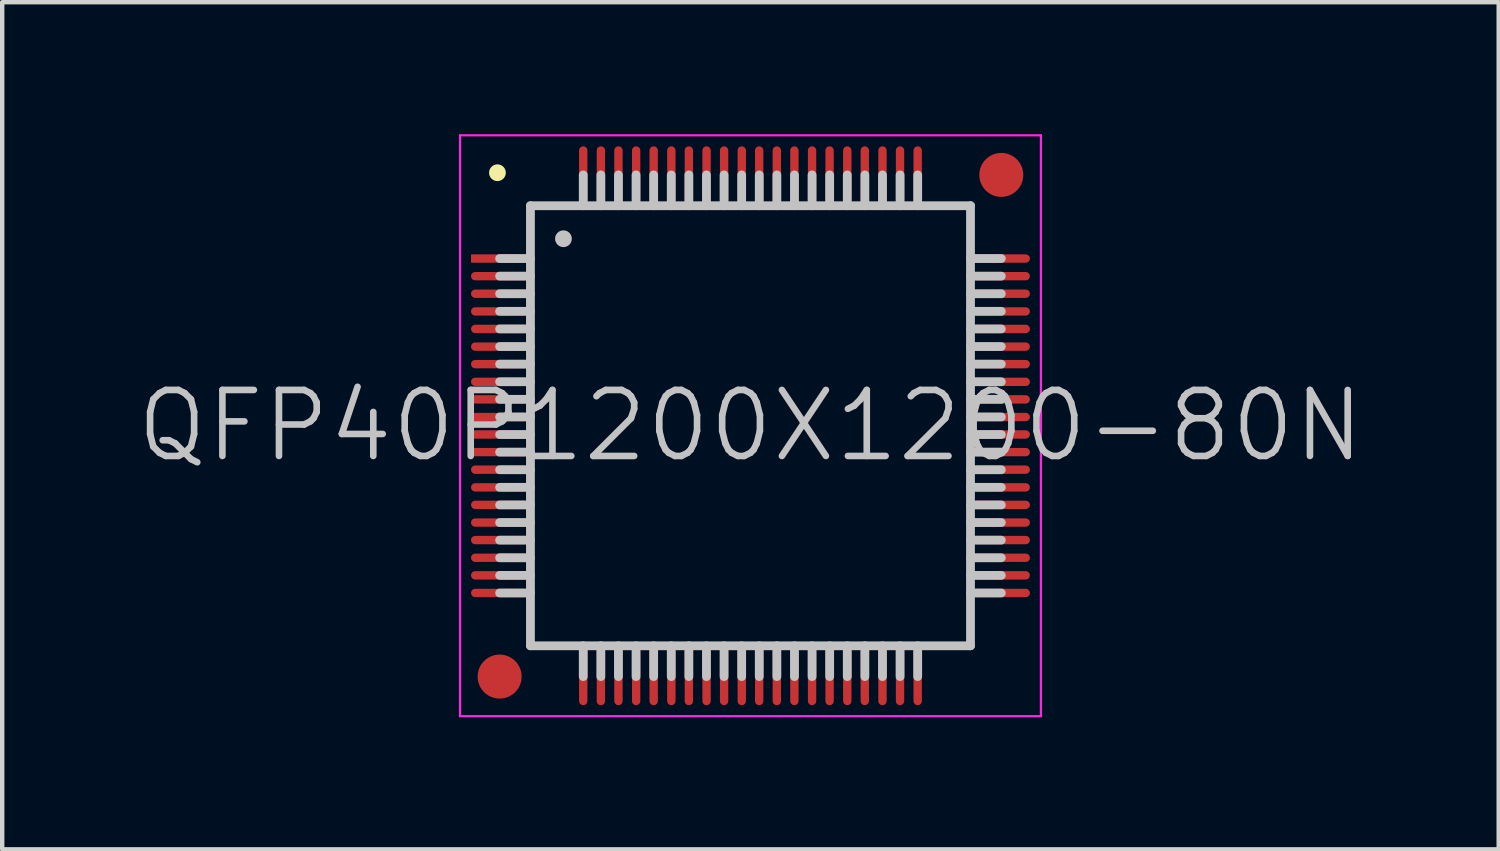
<source format=kicad_pcb>
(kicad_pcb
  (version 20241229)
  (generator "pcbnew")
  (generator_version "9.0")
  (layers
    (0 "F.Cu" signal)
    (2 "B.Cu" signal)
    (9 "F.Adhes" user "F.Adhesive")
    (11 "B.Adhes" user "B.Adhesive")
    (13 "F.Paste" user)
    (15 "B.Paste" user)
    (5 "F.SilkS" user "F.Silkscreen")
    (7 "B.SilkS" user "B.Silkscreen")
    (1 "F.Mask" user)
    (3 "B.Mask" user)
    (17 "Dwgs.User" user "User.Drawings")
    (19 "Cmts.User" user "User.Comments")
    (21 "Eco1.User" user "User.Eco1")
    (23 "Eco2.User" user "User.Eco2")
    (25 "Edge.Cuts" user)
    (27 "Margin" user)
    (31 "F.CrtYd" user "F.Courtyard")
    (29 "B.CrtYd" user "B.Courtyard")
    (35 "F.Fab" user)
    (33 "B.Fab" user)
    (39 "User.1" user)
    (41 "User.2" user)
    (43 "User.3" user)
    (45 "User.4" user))
  (footprint "QFP40P1200X1200-80N"
    (layer "F.Cu")
    (at 14.004 6.625)
    (property "Reference" "QFP40P1200X1200-80N" (at 0 0 0) (layer "Dwgs.User") (effects (font (size 1.5 1.5) (thickness 0.15))))
    (attr smd)
    (fp_line (start -5.75 -5.75) (end -5.75 -5.75) (stroke (width 0.381) (type solid)) (layer "F.SilkS"))
    (fp_line (start -5 -5) (end -5 5) (stroke (width 0.2) (type solid)) (layer "Dwgs.User"))
    (fp_line (start -5 -5) (end 5 -5) (stroke (width 0.2) (type solid)) (layer "Dwgs.User"))
    (fp_line (start -5 -3.8) (end -5.7 -3.8) (stroke (width 0.2) (type solid)) (layer "Dwgs.User"))
    (fp_line (start -5 -3.4) (end -5.7 -3.4) (stroke (width 0.2) (type solid)) (layer "Dwgs.User"))
    (fp_line (start -5 -3) (end -5.7 -3) (stroke (width 0.2) (type solid)) (layer "Dwgs.User"))
    (fp_line (start -5 -2.6) (end -5.7 -2.6) (stroke (width 0.2) (type solid)) (layer "Dwgs.User"))
    (fp_line (start -5 -2.2) (end -5.7 -2.2) (stroke (width 0.2) (type solid)) (layer "Dwgs.User"))
    (fp_line (start -5 -1.8) (end -5.7 -1.8) (stroke (width 0.2) (type solid)) (layer "Dwgs.User"))
    (fp_line (start -5 -1.4) (end -5.7 -1.4) (stroke (width 0.2) (type solid)) (layer "Dwgs.User"))
    (fp_line (start -5 -1) (end -5.7 -1) (stroke (width 0.2) (type solid)) (layer "Dwgs.User"))
    (fp_line (start -5 -0.6) (end -5.7 -0.6) (stroke (width 0.2) (type solid)) (layer "Dwgs.User"))
    (fp_line (start -5 -0.2) (end -5.7 -0.2) (stroke (width 0.2) (type solid)) (layer "Dwgs.User"))
    (fp_line (start -5 0.2) (end -5.7 0.2) (stroke (width 0.2) (type solid)) (layer "Dwgs.User"))
    (fp_line (start -5 0.6) (end -5.7 0.6) (stroke (width 0.2) (type solid)) (layer "Dwgs.User"))
    (fp_line (start -5 1) (end -5.7 1) (stroke (width 0.2) (type solid)) (layer "Dwgs.User"))
    (fp_line (start -5 1.4) (end -5.7 1.4) (stroke (width 0.2) (type solid)) (layer "Dwgs.User"))
    (fp_line (start -5 1.8) (end -5.7 1.8) (stroke (width 0.2) (type solid)) (layer "Dwgs.User"))
    (fp_line (start -5 2.2) (end -5.7 2.2) (stroke (width 0.2) (type solid)) (layer "Dwgs.User"))
    (fp_line (start -5 2.6) (end -5.7 2.6) (stroke (width 0.2) (type solid)) (layer "Dwgs.User"))
    (fp_line (start -5 3) (end -5.7 3) (stroke (width 0.2) (type solid)) (layer "Dwgs.User"))
    (fp_line (start -5 3.4) (end -5.7 3.4) (stroke (width 0.2) (type solid)) (layer "Dwgs.User"))
    (fp_line (start -5 3.8) (end -5.7 3.8) (stroke (width 0.2) (type solid)) (layer "Dwgs.User"))
    (fp_line (start -5 5) (end 5 5) (stroke (width 0.2) (type solid)) (layer "Dwgs.User"))
    (fp_line (start -4.25 -4.25) (end -4.25 -4.25) (stroke (width 0.381) (type solid)) (layer "Dwgs.User"))
    (fp_line (start -3.8 -5) (end -3.8 -5.7) (stroke (width 0.2) (type solid)) (layer "Dwgs.User"))
    (fp_line (start -3.8 5.7) (end -3.8 5) (stroke (width 0.2) (type solid)) (layer "Dwgs.User"))
    (fp_line (start -3.4 -5) (end -3.4 -5.7) (stroke (width 0.2) (type solid)) (layer "Dwgs.User"))
    (fp_line (start -3.4 5.7) (end -3.4 5) (stroke (width 0.2) (type solid)) (layer "Dwgs.User"))
    (fp_line (start -3 -5) (end -3 -5.7) (stroke (width 0.2) (type solid)) (layer "Dwgs.User"))
    (fp_line (start -3 5.7) (end -3 5) (stroke (width 0.2) (type solid)) (layer "Dwgs.User"))
    (fp_line (start -2.6 -5) (end -2.6 -5.7) (stroke (width 0.2) (type solid)) (layer "Dwgs.User"))
    (fp_line (start -2.6 5.7) (end -2.6 5) (stroke (width 0.2) (type solid)) (layer "Dwgs.User"))
    (fp_line (start -2.2 -5) (end -2.2 -5.7) (stroke (width 0.2) (type solid)) (layer "Dwgs.User"))
    (fp_line (start -2.2 5.7) (end -2.2 5) (stroke (width 0.2) (type solid)) (layer "Dwgs.User"))
    (fp_line (start -1.8 -5) (end -1.8 -5.7) (stroke (width 0.2) (type solid)) (layer "Dwgs.User"))
    (fp_line (start -1.8 5.7) (end -1.8 5) (stroke (width 0.2) (type solid)) (layer "Dwgs.User"))
    (fp_line (start -1.4 -5) (end -1.4 -5.7) (stroke (width 0.2) (type solid)) (layer "Dwgs.User"))
    (fp_line (start -1.4 5.7) (end -1.4 5) (stroke (width 0.2) (type solid)) (layer "Dwgs.User"))
    (fp_line (start -1 -5) (end -1 -5.7) (stroke (width 0.2) (type solid)) (layer "Dwgs.User"))
    (fp_line (start -1 5.7) (end -1 5) (stroke (width 0.2) (type solid)) (layer "Dwgs.User"))
    (fp_line (start -0.6 -5) (end -0.6 -5.7) (stroke (width 0.2) (type solid)) (layer "Dwgs.User"))
    (fp_line (start -0.6 5.7) (end -0.6 5) (stroke (width 0.2) (type solid)) (layer "Dwgs.User"))
    (fp_line (start -0.2 -5) (end -0.2 -5.7) (stroke (width 0.2) (type solid)) (layer "Dwgs.User"))
    (fp_line (start -0.2 5.7) (end -0.2 5) (stroke (width 0.2) (type solid)) (layer "Dwgs.User"))
    (fp_line (start 0.2 -5) (end 0.2 -5.7) (stroke (width 0.2) (type solid)) (layer "Dwgs.User"))
    (fp_line (start 0.2 5.7) (end 0.2 5) (stroke (width 0.2) (type solid)) (layer "Dwgs.User"))
    (fp_line (start 0.6 -5) (end 0.6 -5.7) (stroke (width 0.2) (type solid)) (layer "Dwgs.User"))
    (fp_line (start 0.6 5.7) (end 0.6 5) (stroke (width 0.2) (type solid)) (layer "Dwgs.User"))
    (fp_line (start 1 -5) (end 1 -5.7) (stroke (width 0.2) (type solid)) (layer "Dwgs.User"))
    (fp_line (start 1 5.7) (end 1 5) (stroke (width 0.2) (type solid)) (layer "Dwgs.User"))
    (fp_line (start 1.4 -5) (end 1.4 -5.7) (stroke (width 0.2) (type solid)) (layer "Dwgs.User"))
    (fp_line (start 1.4 5.7) (end 1.4 5) (stroke (width 0.2) (type solid)) (layer "Dwgs.User"))
    (fp_line (start 1.8 -5) (end 1.8 -5.7) (stroke (width 0.2) (type solid)) (layer "Dwgs.User"))
    (fp_line (start 1.8 5.7) (end 1.8 5) (stroke (width 0.2) (type solid)) (layer "Dwgs.User"))
    (fp_line (start 2.2 -5) (end 2.2 -5.7) (stroke (width 0.2) (type solid)) (layer "Dwgs.User"))
    (fp_line (start 2.2 5.7) (end 2.2 5) (stroke (width 0.2) (type solid)) (layer "Dwgs.User"))
    (fp_line (start 2.6 -5) (end 2.6 -5.7) (stroke (width 0.2) (type solid)) (layer "Dwgs.User"))
    (fp_line (start 2.6 5.7) (end 2.6 5) (stroke (width 0.2) (type solid)) (layer "Dwgs.User"))
    (fp_line (start 3 -5) (end 3 -5.7) (stroke (width 0.2) (type solid)) (layer "Dwgs.User"))
    (fp_line (start 3 5.7) (end 3 5) (stroke (width 0.2) (type solid)) (layer "Dwgs.User"))
    (fp_line (start 3.4 -5) (end 3.4 -5.7) (stroke (width 0.2) (type solid)) (layer "Dwgs.User"))
    (fp_line (start 3.4 5.7) (end 3.4 5) (stroke (width 0.2) (type solid)) (layer "Dwgs.User"))
    (fp_line (start 3.8 -5) (end 3.8 -5.7) (stroke (width 0.2) (type solid)) (layer "Dwgs.User"))
    (fp_line (start 3.8 5.7) (end 3.8 5) (stroke (width 0.2) (type solid)) (layer "Dwgs.User"))
    (fp_line (start 5 -5) (end 5 5) (stroke (width 0.2) (type solid)) (layer "Dwgs.User"))
    (fp_line (start 5.7 -3.8) (end 5 -3.8) (stroke (width 0.2) (type solid)) (layer "Dwgs.User"))
    (fp_line (start 5.7 -3.4) (end 5 -3.4) (stroke (width 0.2) (type solid)) (layer "Dwgs.User"))
    (fp_line (start 5.7 -3) (end 5 -3) (stroke (width 0.2) (type solid)) (layer "Dwgs.User"))
    (fp_line (start 5.7 -2.6) (end 5 -2.6) (stroke (width 0.2) (type solid)) (layer "Dwgs.User"))
    (fp_line (start 5.7 -2.2) (end 5 -2.2) (stroke (width 0.2) (type solid)) (layer "Dwgs.User"))
    (fp_line (start 5.7 -1.8) (end 5 -1.8) (stroke (width 0.2) (type solid)) (layer "Dwgs.User"))
    (fp_line (start 5.7 -1.4) (end 5 -1.4) (stroke (width 0.2) (type solid)) (layer "Dwgs.User"))
    (fp_line (start 5.7 -1) (end 5 -1) (stroke (width 0.2) (type solid)) (layer "Dwgs.User"))
    (fp_line (start 5.7 -0.6) (end 5 -0.6) (stroke (width 0.2) (type solid)) (layer "Dwgs.User"))
    (fp_line (start 5.7 -0.2) (end 5 -0.2) (stroke (width 0.2) (type solid)) (layer "Dwgs.User"))
    (fp_line (start 5.7 0.2) (end 5 0.2) (stroke (width 0.2) (type solid)) (layer "Dwgs.User"))
    (fp_line (start 5.7 0.6) (end 5 0.6) (stroke (width 0.2) (type solid)) (layer "Dwgs.User"))
    (fp_line (start 5.7 1) (end 5 1) (stroke (width 0.2) (type solid)) (layer "Dwgs.User"))
    (fp_line (start 5.7 1.4) (end 5 1.4) (stroke (width 0.2) (type solid)) (layer "Dwgs.User"))
    (fp_line (start 5.7 1.8) (end 5 1.8) (stroke (width 0.2) (type solid)) (layer "Dwgs.User"))
    (fp_line (start 5.7 2.2) (end 5 2.2) (stroke (width 0.2) (type solid)) (layer "Dwgs.User"))
    (fp_line (start 5.7 2.6) (end 5 2.6) (stroke (width 0.2) (type solid)) (layer "Dwgs.User"))
    (fp_line (start 5.7 3) (end 5 3) (stroke (width 0.2) (type solid)) (layer "Dwgs.User"))
    (fp_line (start 5.7 3.4) (end 5 3.4) (stroke (width 0.2) (type solid)) (layer "Dwgs.User"))
    (fp_line (start 5.7 3.8) (end 5 3.8) (stroke (width 0.2) (type solid)) (layer "Dwgs.User"))
    (fp_line (start -6.6 -6.6) (end -6.6 6.6) (stroke (width 0.05) (type solid)) (layer "F.CrtYd"))
    (fp_line (start -6.6 -6.6) (end 6.6 -6.6) (stroke (width 0.05) (type solid)) (layer "F.CrtYd"))
    (fp_line (start -6.6 6.6) (end 6.6 6.6) (stroke (width 0.05) (type solid)) (layer "F.CrtYd"))
    (fp_line (start 6.6 -6.6) (end 6.6 6.6) (stroke (width 0.05) (type solid)) (layer "F.CrtYd"))
    (pad "" smd circle (at -5.7 5.7) (size 1 1) (layers "F.Cu" "F.Mask"))
    (pad "" smd circle (at 5.7 -5.7) (size 1 1) (layers "F.Cu" "F.Mask"))
    (pad "1" smd rect (at -5.7 -3.8 90) (size 0.19 1.3) (layers "F.Cu" "F.Mask" "F.Paste"))
    (pad "2" smd oval (at -5.7 -3.399 90) (size 0.19 1.3) (layers "F.Cu" "F.Mask" "F.Paste"))
    (pad "3" smd oval (at -5.7 -3 90) (size 0.19 1.3) (layers "F.Cu" "F.Mask" "F.Paste"))
    (pad "4" smd oval (at -5.7 -2.598 90) (size 0.19 1.3) (layers "F.Cu" "F.Mask" "F.Paste"))
    (pad "5" smd oval (at -5.7 -2.2 90) (size 0.19 1.3) (layers "F.Cu" "F.Mask" "F.Paste"))
    (pad "6" smd oval (at -5.7 -1.798 90) (size 0.19 1.3) (layers "F.Cu" "F.Mask" "F.Paste"))
    (pad "7" smd oval (at -5.7 -1.4 90) (size 0.19 1.3) (layers "F.Cu" "F.Mask" "F.Paste"))
    (pad "8" smd oval (at -5.7 -0.998 90) (size 0.19 1.3) (layers "F.Cu" "F.Mask" "F.Paste"))
    (pad "9" smd oval (at -5.7 -0.599 90) (size 0.19 1.3) (layers "F.Cu" "F.Mask" "F.Paste"))
    (pad "10" smd oval (at -5.7 -0.198 90) (size 0.19 1.3) (layers "F.Cu" "F.Mask" "F.Paste"))
    (pad "11" smd oval (at -5.7 0.198 90) (size 0.19 1.3) (layers "F.Cu" "F.Mask" "F.Paste"))
    (pad "12" smd oval (at -5.7 0.599 90) (size 0.19 1.3) (layers "F.Cu" "F.Mask" "F.Paste"))
    (pad "13" smd oval (at -5.7 0.998 90) (size 0.19 1.3) (layers "F.Cu" "F.Mask" "F.Paste"))
    (pad "14" smd oval (at -5.7 1.4 90) (size 0.19 1.3) (layers "F.Cu" "F.Mask" "F.Paste"))
    (pad "15" smd oval (at -5.7 1.798 90) (size 0.19 1.3) (layers "F.Cu" "F.Mask" "F.Paste"))
    (pad "16" smd oval (at -5.7 2.2 90) (size 0.19 1.3) (layers "F.Cu" "F.Mask" "F.Paste"))
    (pad "17" smd oval (at -5.7 2.598 90) (size 0.19 1.3) (layers "F.Cu" "F.Mask" "F.Paste"))
    (pad "18" smd oval (at -5.7 3 90) (size 0.19 1.3) (layers "F.Cu" "F.Mask" "F.Paste"))
    (pad "19" smd oval (at -5.7 3.399 90) (size 0.19 1.3) (layers "F.Cu" "F.Mask" "F.Paste"))
    (pad "20" smd oval (at -5.7 3.8 90) (size 0.19 1.3) (layers "F.Cu" "F.Mask" "F.Paste"))
    (pad "21" smd oval (at -3.8 5.7 180) (size 0.19 1.3) (layers "F.Cu" "F.Mask" "F.Paste"))
    (pad "22" smd oval (at -3.399 5.7 180) (size 0.19 1.3) (layers "F.Cu" "F.Mask" "F.Paste"))
    (pad "23" smd oval (at -3 5.7 180) (size 0.19 1.3) (layers "F.Cu" "F.Mask" "F.Paste"))
    (pad "24" smd oval (at -2.598 5.7 180) (size 0.19 1.3) (layers "F.Cu" "F.Mask" "F.Paste"))
    (pad "25" smd oval (at -2.2 5.7 180) (size 0.19 1.3) (layers "F.Cu" "F.Mask" "F.Paste"))
    (pad "26" smd oval (at -1.798 5.7 180) (size 0.19 1.3) (layers "F.Cu" "F.Mask" "F.Paste"))
    (pad "27" smd oval (at -1.4 5.7 180) (size 0.19 1.3) (layers "F.Cu" "F.Mask" "F.Paste"))
    (pad "28" smd oval (at -0.998 5.7 180) (size 0.19 1.3) (layers "F.Cu" "F.Mask" "F.Paste"))
    (pad "29" smd oval (at -0.599 5.7 180) (size 0.19 1.3) (layers "F.Cu" "F.Mask" "F.Paste"))
    (pad "30" smd oval (at -0.198 5.7 180) (size 0.19 1.3) (layers "F.Cu" "F.Mask" "F.Paste"))
    (pad "31" smd oval (at 0.198 5.7 180) (size 0.19 1.3) (layers "F.Cu" "F.Mask" "F.Paste"))
    (pad "32" smd oval (at 0.599 5.7 180) (size 0.19 1.3) (layers "F.Cu" "F.Mask" "F.Paste"))
    (pad "33" smd oval (at 0.998 5.7 180) (size 0.19 1.3) (layers "F.Cu" "F.Mask" "F.Paste"))
    (pad "34" smd oval (at 1.4 5.7 180) (size 0.19 1.3) (layers "F.Cu" "F.Mask" "F.Paste"))
    (pad "35" smd oval (at 1.798 5.7 180) (size 0.19 1.3) (layers "F.Cu" "F.Mask" "F.Paste"))
    (pad "36" smd oval (at 2.2 5.7 180) (size 0.19 1.3) (layers "F.Cu" "F.Mask" "F.Paste"))
    (pad "37" smd oval (at 2.598 5.7 180) (size 0.19 1.3) (layers "F.Cu" "F.Mask" "F.Paste"))
    (pad "38" smd oval (at 3 5.7 180) (size 0.19 1.3) (layers "F.Cu" "F.Mask" "F.Paste"))
    (pad "39" smd oval (at 3.399 5.7 180) (size 0.19 1.3) (layers "F.Cu" "F.Mask" "F.Paste"))
    (pad "40" smd oval (at 3.8 5.7 180) (size 0.19 1.3) (layers "F.Cu" "F.Mask" "F.Paste"))
    (pad "41" smd oval (at 5.7 3.8 270) (size 0.19 1.3) (layers "F.Cu" "F.Mask" "F.Paste"))
    (pad "42" smd oval (at 5.7 3.399 270) (size 0.19 1.3) (layers "F.Cu" "F.Mask" "F.Paste"))
    (pad "43" smd oval (at 5.7 3 270) (size 0.19 1.3) (layers "F.Cu" "F.Mask" "F.Paste"))
    (pad "44" smd oval (at 5.7 2.598 270) (size 0.19 1.3) (layers "F.Cu" "F.Mask" "F.Paste"))
    (pad "45" smd oval (at 5.7 2.2 270) (size 0.19 1.3) (layers "F.Cu" "F.Mask" "F.Paste"))
    (pad "46" smd oval (at 5.7 1.798 270) (size 0.19 1.3) (layers "F.Cu" "F.Mask" "F.Paste"))
    (pad "47" smd oval (at 5.7 1.4 270) (size 0.19 1.3) (layers "F.Cu" "F.Mask" "F.Paste"))
    (pad "48" smd oval (at 5.7 0.998 270) (size 0.19 1.3) (layers "F.Cu" "F.Mask" "F.Paste"))
    (pad "49" smd oval (at 5.7 0.599 270) (size 0.19 1.3) (layers "F.Cu" "F.Mask" "F.Paste"))
    (pad "50" smd oval (at 5.7 0.198 270) (size 0.19 1.3) (layers "F.Cu" "F.Mask" "F.Paste"))
    (pad "51" smd oval (at 5.7 -0.198 270) (size 0.19 1.3) (layers "F.Cu" "F.Mask" "F.Paste"))
    (pad "52" smd oval (at 5.7 -0.599 270) (size 0.19 1.3) (layers "F.Cu" "F.Mask" "F.Paste"))
    (pad "53" smd oval (at 5.7 -0.998 270) (size 0.19 1.3) (layers "F.Cu" "F.Mask" "F.Paste"))
    (pad "54" smd oval (at 5.7 -1.4 270) (size 0.19 1.3) (layers "F.Cu" "F.Mask" "F.Paste"))
    (pad "55" smd oval (at 5.7 -1.798 270) (size 0.19 1.3) (layers "F.Cu" "F.Mask" "F.Paste"))
    (pad "56" smd oval (at 5.7 -2.2 270) (size 0.19 1.3) (layers "F.Cu" "F.Mask" "F.Paste"))
    (pad "57" smd oval (at 5.7 -2.598 270) (size 0.19 1.3) (layers "F.Cu" "F.Mask" "F.Paste"))
    (pad "58" smd oval (at 5.7 -3 270) (size 0.19 1.3) (layers "F.Cu" "F.Mask" "F.Paste"))
    (pad "59" smd oval (at 5.7 -3.399 270) (size 0.19 1.3) (layers "F.Cu" "F.Mask" "F.Paste"))
    (pad "60" smd oval (at 5.7 -3.8 270) (size 0.19 1.3) (layers "F.Cu" "F.Mask" "F.Paste"))
    (pad "61" smd oval (at 3.8 -5.7) (size 0.19 1.3) (layers "F.Cu" "F.Mask" "F.Paste"))
    (pad "62" smd oval (at 3.399 -5.7) (size 0.19 1.3) (layers "F.Cu" "F.Mask" "F.Paste"))
    (pad "63" smd oval (at 3 -5.7) (size 0.19 1.3) (layers "F.Cu" "F.Mask" "F.Paste"))
    (pad "64" smd oval (at 2.598 -5.7) (size 0.19 1.3) (layers "F.Cu" "F.Mask" "F.Paste"))
    (pad "65" smd oval (at 2.2 -5.7) (size 0.19 1.3) (layers "F.Cu" "F.Mask" "F.Paste"))
    (pad "66" smd oval (at 1.798 -5.7) (size 0.19 1.3) (layers "F.Cu" "F.Mask" "F.Paste"))
    (pad "67" smd oval (at 1.4 -5.7) (size 0.19 1.3) (layers "F.Cu" "F.Mask" "F.Paste"))
    (pad "68" smd oval (at 0.998 -5.7) (size 0.19 1.3) (layers "F.Cu" "F.Mask" "F.Paste"))
    (pad "69" smd oval (at 0.599 -5.7) (size 0.19 1.3) (layers "F.Cu" "F.Mask" "F.Paste"))
    (pad "70" smd oval (at 0.198 -5.7) (size 0.19 1.3) (layers "F.Cu" "F.Mask" "F.Paste"))
    (pad "71" smd oval (at -0.198 -5.7) (size 0.19 1.3) (layers "F.Cu" "F.Mask" "F.Paste"))
    (pad "72" smd oval (at -0.599 -5.7) (size 0.19 1.3) (layers "F.Cu" "F.Mask" "F.Paste"))
    (pad "73" smd oval (at -0.998 -5.7) (size 0.19 1.3) (layers "F.Cu" "F.Mask" "F.Paste"))
    (pad "74" smd oval (at -1.4 -5.7) (size 0.19 1.3) (layers "F.Cu" "F.Mask" "F.Paste"))
    (pad "75" smd oval (at -1.798 -5.7) (size 0.19 1.3) (layers "F.Cu" "F.Mask" "F.Paste"))
    (pad "76" smd oval (at -2.2 -5.7) (size 0.19 1.3) (layers "F.Cu" "F.Mask" "F.Paste"))
    (pad "77" smd oval (at -2.598 -5.7) (size 0.19 1.3) (layers "F.Cu" "F.Mask" "F.Paste"))
    (pad "78" smd oval (at -3 -5.7) (size 0.19 1.3) (layers "F.Cu" "F.Mask" "F.Paste"))
    (pad "79" smd oval (at -3.399 -5.7) (size 0.19 1.3) (layers "F.Cu" "F.Mask" "F.Paste"))
    (pad "80" smd oval (at -3.8 -5.7) (size 0.19 1.3) (layers "F.Cu" "F.Mask" "F.Paste")))
  (gr_rect
    (start -3 -3)
    (end 31.007 16.25)
    (stroke (width 0.1) (type default))
    (fill no)
    (layer "Edge.Cuts")))
</source>
